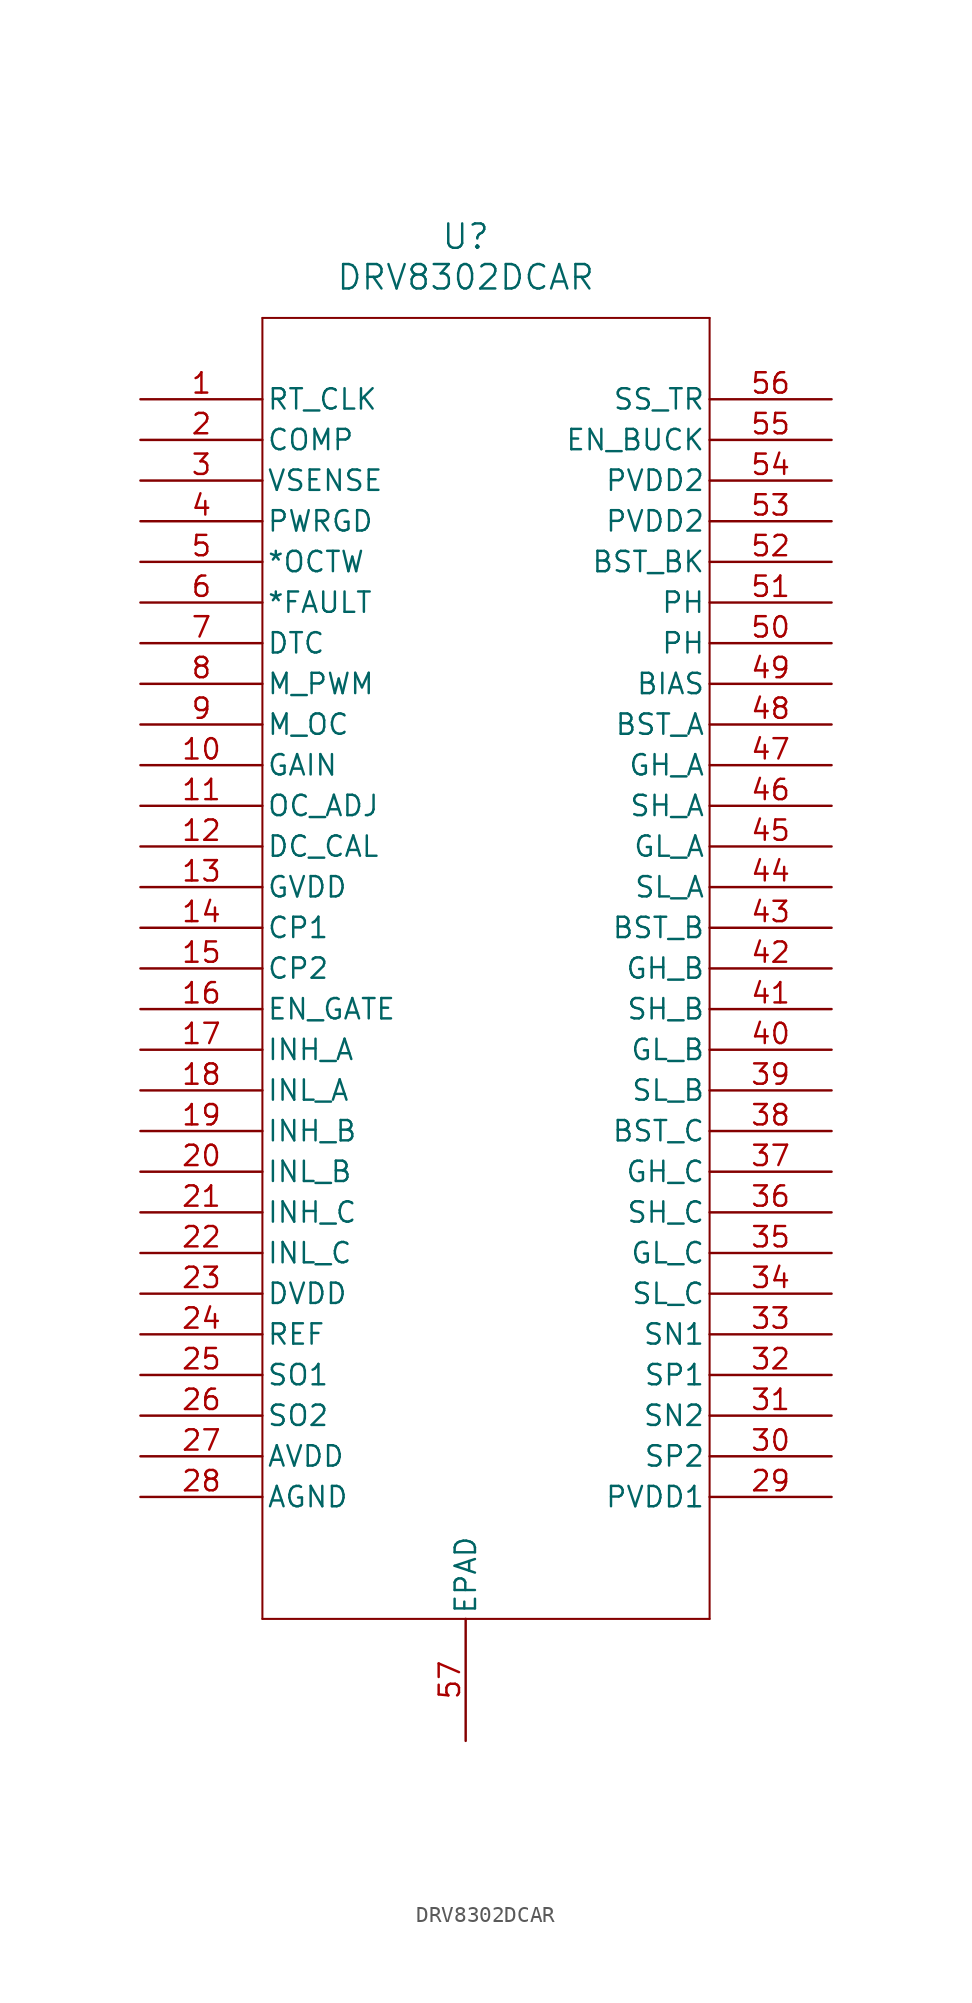
<source format=kicad_sym>
(kicad_symbol_lib
  (version 20231120)
  (generator "kicad_symbol_editor")
  (generator_version "8.0")
  (symbol "DRV8302DCAR"
    (pin_names
      (offset 0.254))
    (property "Reference" "U"
      (at 35.56 10.16 0)
      (effects (font (size 1.524 1.524))))
    (property "Value" "DRV8302DCAR"
      (at 35.56 7.62 0)
      (effects (font (size 1.524 1.524))))
    (property "ki_locked" ""
      (at 0 0 0)
      (effects (font (size 1.27 1.27))))
    (symbol "DRV8302DCAR_0_1"
      (polyline (pts (xy 22.86 -76.2) (xy 50.8 -76.2)) (stroke (width 0.127) (type default)) (fill (type none)))
      (polyline (pts (xy 22.86 5.08) (xy 22.86 -76.2)) (stroke (width 0.127) (type default)) (fill (type none)))
      (polyline (pts (xy 50.8 -76.2) (xy 50.8 5.08)) (stroke (width 0.127) (type default)) (fill (type none)))
      (polyline (pts (xy 50.8 5.08) (xy 22.86 5.08)) (stroke (width 0.127) (type default)) (fill (type none)))
      (pin input line (at 15.24 0 0) (length 7.62) (name "RT_CLK" (effects (font (size 1.27 1.27)))) (number "1" (effects (font (size 1.27 1.27)))))
      (pin output line (at 15.24 -22.86 0) (length 7.62) (name "GAIN" (effects (font (size 1.27 1.27)))) (number "10" (effects (font (size 1.27 1.27)))))
      (pin input line (at 15.24 -25.4 0) (length 7.62) (name "OC_ADJ" (effects (font (size 1.27 1.27)))) (number "11" (effects (font (size 1.27 1.27)))))
      (pin input line (at 15.24 -27.94 0) (length 7.62) (name "DC_CAL" (effects (font (size 1.27 1.27)))) (number "12" (effects (font (size 1.27 1.27)))))
      (pin power_in line (at 15.24 -30.48 0) (length 7.62) (name "GVDD" (effects (font (size 1.27 1.27)))) (number "13" (effects (font (size 1.27 1.27)))))
      (pin power_in line (at 15.24 -33.02 0) (length 7.62) (name "CP1" (effects (font (size 1.27 1.27)))) (number "14" (effects (font (size 1.27 1.27)))))
      (pin power_in line (at 15.24 -35.56 0) (length 7.62) (name "CP2" (effects (font (size 1.27 1.27)))) (number "15" (effects (font (size 1.27 1.27)))))
      (pin input line (at 15.24 -38.1 0) (length 7.62) (name "EN_GATE" (effects (font (size 1.27 1.27)))) (number "16" (effects (font (size 1.27 1.27)))))
      (pin input line (at 15.24 -40.64 0) (length 7.62) (name "INH_A" (effects (font (size 1.27 1.27)))) (number "17" (effects (font (size 1.27 1.27)))))
      (pin input line (at 15.24 -43.18 0) (length 7.62) (name "INL_A" (effects (font (size 1.27 1.27)))) (number "18" (effects (font (size 1.27 1.27)))))
      (pin input line (at 15.24 -45.72 0) (length 7.62) (name "INH_B" (effects (font (size 1.27 1.27)))) (number "19" (effects (font (size 1.27 1.27)))))
      (pin output line (at 15.24 -2.54 0) (length 7.62) (name "COMP" (effects (font (size 1.27 1.27)))) (number "2" (effects (font (size 1.27 1.27)))))
      (pin input line (at 15.24 -48.26 0) (length 7.62) (name "INL_B" (effects (font (size 1.27 1.27)))) (number "20" (effects (font (size 1.27 1.27)))))
      (pin input line (at 15.24 -50.8 0) (length 7.62) (name "INH_C" (effects (font (size 1.27 1.27)))) (number "21" (effects (font (size 1.27 1.27)))))
      (pin input line (at 15.24 -53.34 0) (length 7.62) (name "INL_C" (effects (font (size 1.27 1.27)))) (number "22" (effects (font (size 1.27 1.27)))))
      (pin power_in line (at 15.24 -55.88 0) (length 7.62) (name "DVDD" (effects (font (size 1.27 1.27)))) (number "23" (effects (font (size 1.27 1.27)))))
      (pin input line (at 15.24 -58.42 0) (length 7.62) (name "REF" (effects (font (size 1.27 1.27)))) (number "24" (effects (font (size 1.27 1.27)))))
      (pin output line (at 15.24 -60.96 0) (length 7.62) (name "SO1" (effects (font (size 1.27 1.27)))) (number "25" (effects (font (size 1.27 1.27)))))
      (pin output line (at 15.24 -63.5 0) (length 7.62) (name "SO2" (effects (font (size 1.27 1.27)))) (number "26" (effects (font (size 1.27 1.27)))))
      (pin power_in line (at 15.24 -66.04 0) (length 7.62) (name "AVDD" (effects (font (size 1.27 1.27)))) (number "27" (effects (font (size 1.27 1.27)))))
      (pin power_in line (at 15.24 -68.58 0) (length 7.62) (name "AGND" (effects (font (size 1.27 1.27)))) (number "28" (effects (font (size 1.27 1.27)))))
      (pin power_in line (at 58.42 -68.58 180) (length 7.62) (name "PVDD1" (effects (font (size 1.27 1.27)))) (number "29" (effects (font (size 1.27 1.27)))))
      (pin input line (at 15.24 -5.08 0) (length 7.62) (name "VSENSE" (effects (font (size 1.27 1.27)))) (number "3" (effects (font (size 1.27 1.27)))))
      (pin input line (at 58.42 -66.04 180) (length 7.62) (name "SP2" (effects (font (size 1.27 1.27)))) (number "30" (effects (font (size 1.27 1.27)))))
      (pin input line (at 58.42 -63.5 180) (length 7.62) (name "SN2" (effects (font (size 1.27 1.27)))) (number "31" (effects (font (size 1.27 1.27)))))
      (pin input line (at 58.42 -60.96 180) (length 7.62) (name "SP1" (effects (font (size 1.27 1.27)))) (number "32" (effects (font (size 1.27 1.27)))))
      (pin input line (at 58.42 -58.42 180) (length 7.62) (name "SN1" (effects (font (size 1.27 1.27)))) (number "33" (effects (font (size 1.27 1.27)))))
      (pin input line (at 58.42 -55.88 180) (length 7.62) (name "SL_C" (effects (font (size 1.27 1.27)))) (number "34" (effects (font (size 1.27 1.27)))))
      (pin output line (at 58.42 -53.34 180) (length 7.62) (name "GL_C" (effects (font (size 1.27 1.27)))) (number "35" (effects (font (size 1.27 1.27)))))
      (pin input line (at 58.42 -50.8 180) (length 7.62) (name "SH_C" (effects (font (size 1.27 1.27)))) (number "36" (effects (font (size 1.27 1.27)))))
      (pin output line (at 58.42 -48.26 180) (length 7.62) (name "GH_C" (effects (font (size 1.27 1.27)))) (number "37" (effects (font (size 1.27 1.27)))))
      (pin power_in line (at 58.42 -45.72 180) (length 7.62) (name "BST_C" (effects (font (size 1.27 1.27)))) (number "38" (effects (font (size 1.27 1.27)))))
      (pin input line (at 58.42 -43.18 180) (length 7.62) (name "SL_B" (effects (font (size 1.27 1.27)))) (number "39" (effects (font (size 1.27 1.27)))))
      (pin input line (at 15.24 -7.62 0) (length 7.62) (name "PWRGD" (effects (font (size 1.27 1.27)))) (number "4" (effects (font (size 1.27 1.27)))))
      (pin output line (at 58.42 -40.64 180) (length 7.62) (name "GL_B" (effects (font (size 1.27 1.27)))) (number "40" (effects (font (size 1.27 1.27)))))
      (pin input line (at 58.42 -38.1 180) (length 7.62) (name "SH_B" (effects (font (size 1.27 1.27)))) (number "41" (effects (font (size 1.27 1.27)))))
      (pin output line (at 58.42 -35.56 180) (length 7.62) (name "GH_B" (effects (font (size 1.27 1.27)))) (number "42" (effects (font (size 1.27 1.27)))))
      (pin power_in line (at 58.42 -33.02 180) (length 7.62) (name "BST_B" (effects (font (size 1.27 1.27)))) (number "43" (effects (font (size 1.27 1.27)))))
      (pin input line (at 58.42 -30.48 180) (length 7.62) (name "SL_A" (effects (font (size 1.27 1.27)))) (number "44" (effects (font (size 1.27 1.27)))))
      (pin output line (at 58.42 -27.94 180) (length 7.62) (name "GL_A" (effects (font (size 1.27 1.27)))) (number "45" (effects (font (size 1.27 1.27)))))
      (pin input line (at 58.42 -25.4 180) (length 7.62) (name "SH_A" (effects (font (size 1.27 1.27)))) (number "46" (effects (font (size 1.27 1.27)))))
      (pin output line (at 58.42 -22.86 180) (length 7.62) (name "GH_A" (effects (font (size 1.27 1.27)))) (number "47" (effects (font (size 1.27 1.27)))))
      (pin power_in line (at 58.42 -20.32 180) (length 7.62) (name "BST_A" (effects (font (size 1.27 1.27)))) (number "48" (effects (font (size 1.27 1.27)))))
      (pin input line (at 58.42 -17.78 180) (length 7.62) (name "BIAS" (effects (font (size 1.27 1.27)))) (number "49" (effects (font (size 1.27 1.27)))))
      (pin output line (at 15.24 -10.16 0) (length 7.62) (name "*OCTW" (effects (font (size 1.27 1.27)))) (number "5" (effects (font (size 1.27 1.27)))))
      (pin output line (at 58.42 -15.24 180) (length 7.62) (name "PH" (effects (font (size 1.27 1.27)))) (number "50" (effects (font (size 1.27 1.27)))))
      (pin output line (at 58.42 -12.7 180) (length 7.62) (name "PH" (effects (font (size 1.27 1.27)))) (number "51" (effects (font (size 1.27 1.27)))))
      (pin power_in line (at 58.42 -10.16 180) (length 7.62) (name "BST_BK" (effects (font (size 1.27 1.27)))) (number "52" (effects (font (size 1.27 1.27)))))
      (pin power_in line (at 58.42 -7.62 180) (length 7.62) (name "PVDD2" (effects (font (size 1.27 1.27)))) (number "53" (effects (font (size 1.27 1.27)))))
      (pin power_in line (at 58.42 -5.08 180) (length 7.62) (name "PVDD2" (effects (font (size 1.27 1.27)))) (number "54" (effects (font (size 1.27 1.27)))))
      (pin input line (at 58.42 -2.54 180) (length 7.62) (name "EN_BUCK" (effects (font (size 1.27 1.27)))) (number "55" (effects (font (size 1.27 1.27)))))
      (pin input line (at 58.42 0 180) (length 7.62) (name "SS_TR" (effects (font (size 1.27 1.27)))) (number "56" (effects (font (size 1.27 1.27)))))
      (pin unspecified line (at 35.56 -83.82 90) (length 7.62) (name "EPAD" (effects (font (size 1.27 1.27)))) (number "57" (effects (font (size 1.27 1.27)))))
      (pin output line (at 15.24 -12.7 0) (length 7.62) (name "*FAULT" (effects (font (size 1.27 1.27)))) (number "6" (effects (font (size 1.27 1.27)))))
      (pin input line (at 15.24 -15.24 0) (length 7.62) (name "DTC" (effects (font (size 1.27 1.27)))) (number "7" (effects (font (size 1.27 1.27)))))
      (pin input line (at 15.24 -17.78 0) (length 7.62) (name "M_PWM" (effects (font (size 1.27 1.27)))) (number "8" (effects (font (size 1.27 1.27)))))
      (pin input line (at 15.24 -20.32 0) (length 7.62) (name "M_OC" (effects (font (size 1.27 1.27)))) (number "9" (effects (font (size 1.27 1.27))))))))
</source>
